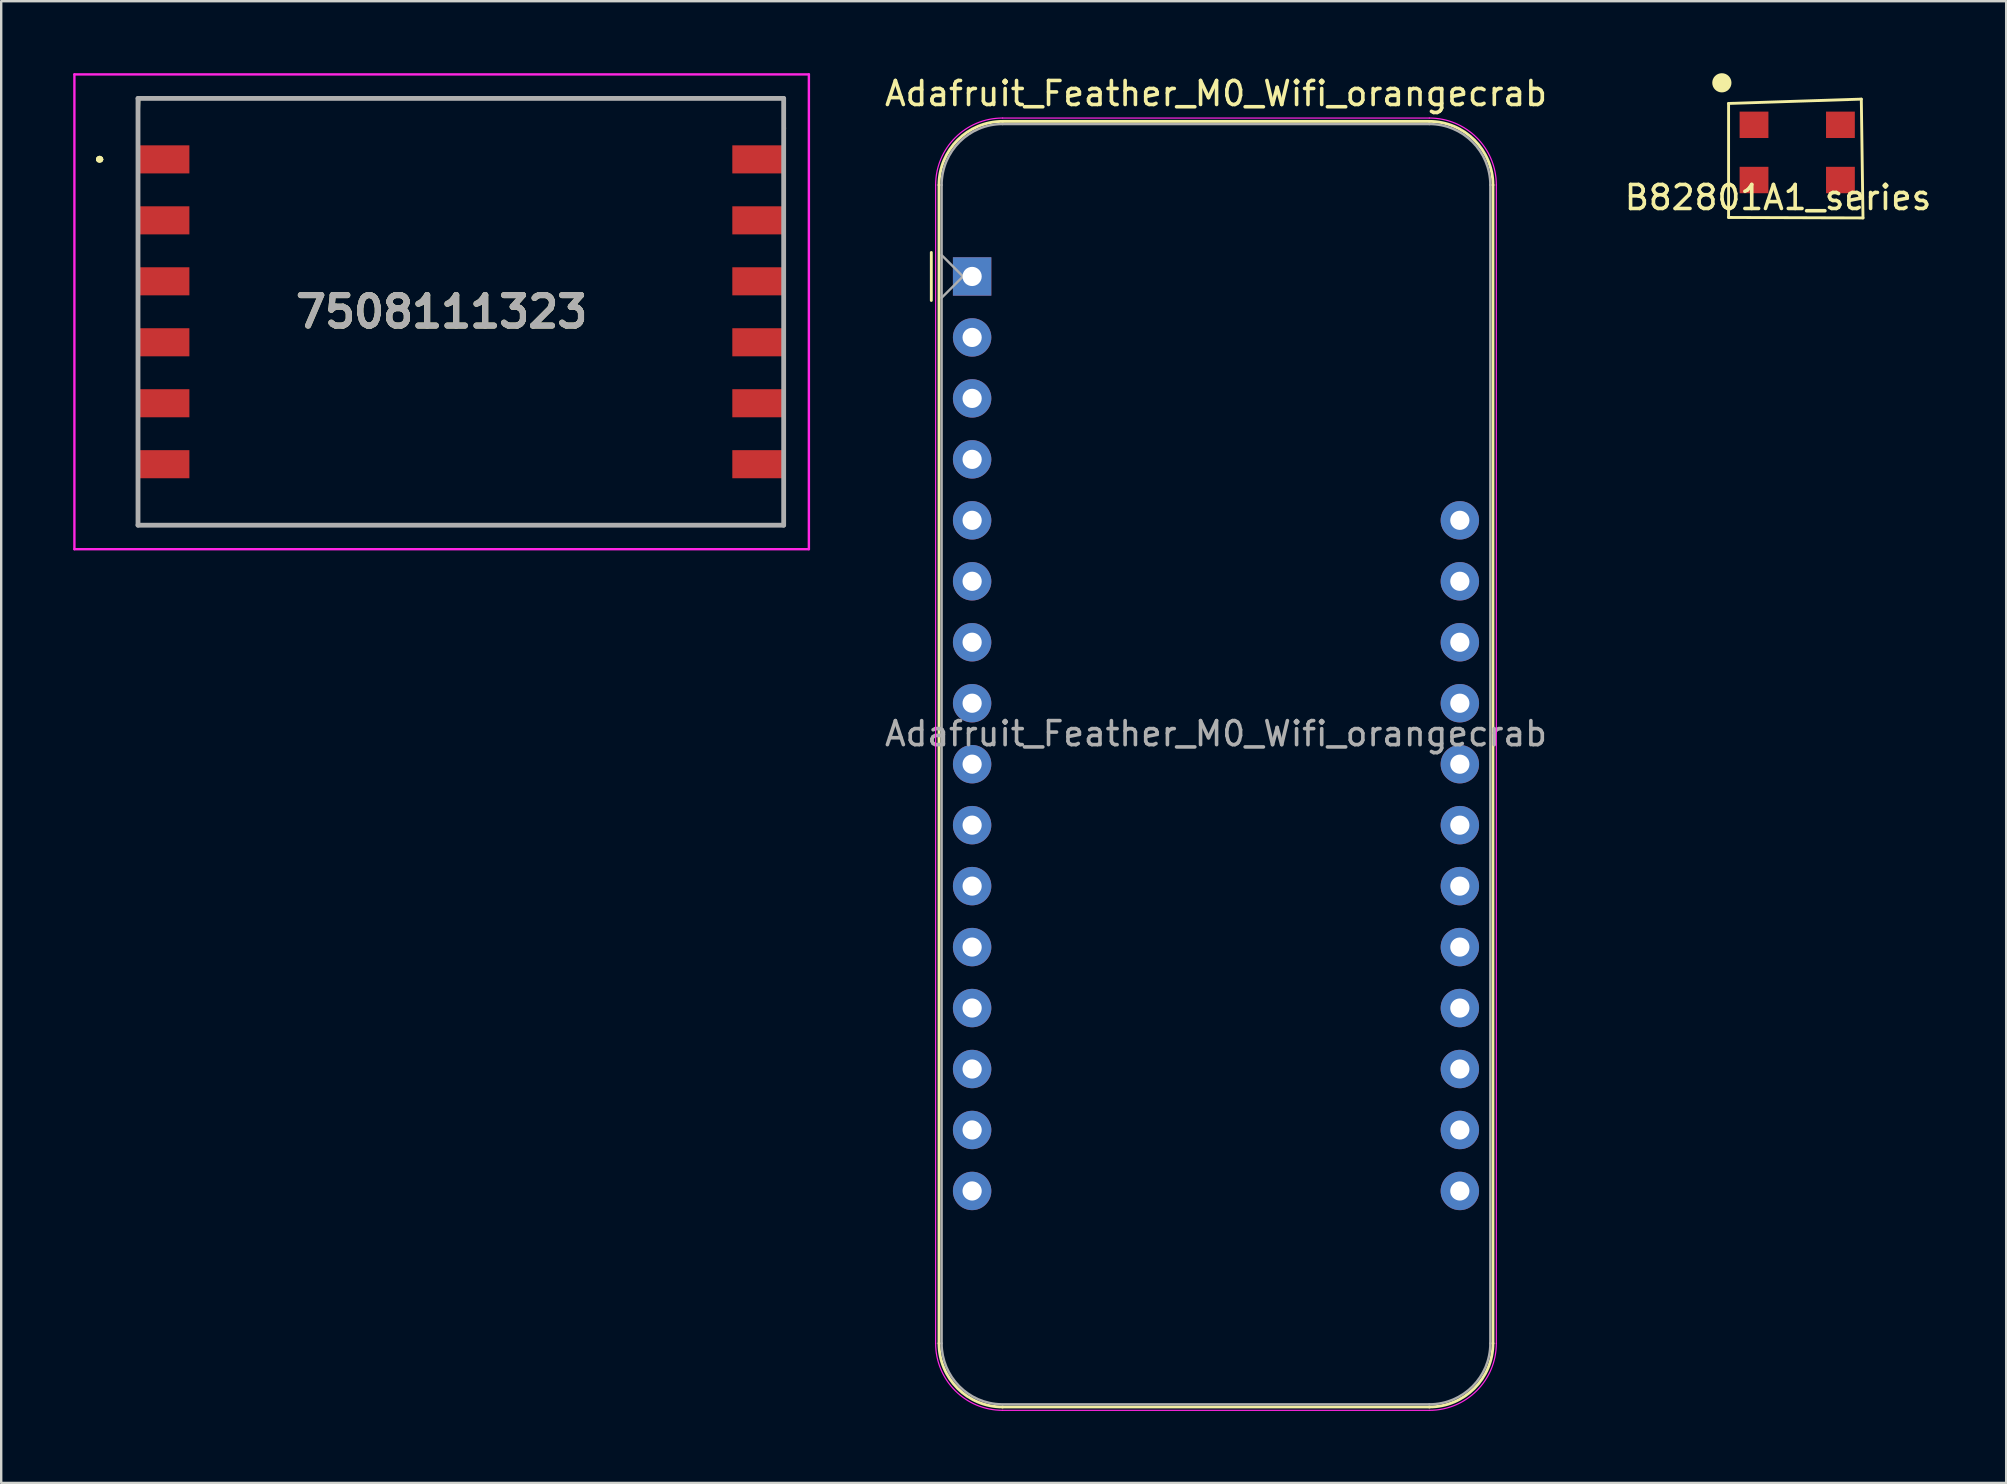
<source format=kicad_pcb>
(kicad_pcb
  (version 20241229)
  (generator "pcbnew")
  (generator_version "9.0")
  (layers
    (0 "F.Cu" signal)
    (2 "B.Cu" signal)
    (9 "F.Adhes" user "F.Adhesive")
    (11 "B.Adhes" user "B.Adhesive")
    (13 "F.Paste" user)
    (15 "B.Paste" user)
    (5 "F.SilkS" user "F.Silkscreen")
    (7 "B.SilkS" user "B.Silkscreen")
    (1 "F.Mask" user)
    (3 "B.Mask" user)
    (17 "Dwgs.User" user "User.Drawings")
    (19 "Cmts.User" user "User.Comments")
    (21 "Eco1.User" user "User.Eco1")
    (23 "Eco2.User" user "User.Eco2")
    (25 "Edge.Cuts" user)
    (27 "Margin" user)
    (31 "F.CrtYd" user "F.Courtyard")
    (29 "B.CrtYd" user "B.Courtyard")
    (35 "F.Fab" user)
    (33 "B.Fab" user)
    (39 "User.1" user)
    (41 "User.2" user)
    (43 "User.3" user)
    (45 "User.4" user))
  (footprint "B82801A1_series"
    (layer "F.Cu")
    (at 71.027 4.68)
    (property "Reference" "B82801A1_series" (at 0 0.5 0) (layer "F.SilkS") (effects (font (size 1 1) (thickness 0.15))))
    (attr through_hole)
    (fp_line (start -2.06 -3.42) (end -2.06 1.33) (stroke (width 0.12) (type solid)) (layer "F.SilkS"))
    (fp_line (start -2.06 1.33) (end 3.54 1.35) (stroke (width 0.12) (type solid)) (layer "F.SilkS"))
    (fp_line (start 3.47 -3.6) (end -2.06 -3.42) (stroke (width 0.12) (type solid)) (layer "F.SilkS"))
    (fp_line (start 3.54 1.35) (end 3.47 -3.6) (stroke (width 0.12) (type solid)) (layer "F.SilkS"))
    (fp_circle (center -2.34 -4.28) (end -2.14 -4.28) (stroke (width 0.4) (type solid)) (fill no) (layer "F.SilkS"))
    (pad "1" smd rect (at -1 -2.53) (size 1.2 1.1) (layers "F.Cu" "F.Mask" "F.Paste"))
    (pad "2" smd rect (at 2.6 -2.53) (size 1.2 1.1) (layers "F.Cu" "F.Mask" "F.Paste"))
    (pad "3" smd rect (at 2.6 -0.23) (size 1.2 1.1) (layers "F.Cu" "F.Mask" "F.Paste"))
    (pad "4" smd rect (at -1 -0.23) (size 1.2 1.1) (layers "F.Cu" "F.Mask" "F.Paste")))
  (footprint "7508111323"
    (layer "F.Cu")
    (at 16.15 9.94)
    (property "Reference" "7508111323" (at -0.8 0 0) (layer "F.SilkS") (effects (font (size 1.27 1.27) (thickness 0.254))))
    (attr smd)
    (fp_line (start -15.1 -6.35) (end -15.1 -6.35) (stroke (width 0.2) (type solid)) (layer "F.SilkS"))
    (fp_line (start -15 -6.35) (end -15 -6.35) (stroke (width 0.2) (type solid)) (layer "F.SilkS"))
    (fp_line (start -15 -6.35) (end -15 -6.35) (stroke (width 0.2) (type solid)) (layer "F.SilkS"))
    (fp_line (start -13.45 -7.62) (end -13.4 -8.89) (stroke (width 0.1) (type solid)) (layer "F.SilkS"))
    (fp_line (start -13.45 7.62) (end -13.45 8.89) (stroke (width 0.1) (type solid)) (layer "F.SilkS"))
    (fp_line (start -13.45 8.89) (end 13.45 8.89) (stroke (width 0.1) (type solid)) (layer "F.SilkS"))
    (fp_line (start -13.4 -8.89) (end 13.45 -8.89) (stroke (width 0.1) (type solid)) (layer "F.SilkS"))
    (fp_line (start 13.45 -8.89) (end 13.5 -7.62) (stroke (width 0.1) (type solid)) (layer "F.SilkS"))
    (fp_line (start 13.45 8.89) (end 13.45 7.62) (stroke (width 0.1) (type solid)) (layer "F.SilkS"))
    (fp_arc (start -15.1 -6.35) (mid -15.05 -6.4) (end -15 -6.35) (stroke (width 0.2) (type solid)) (layer "F.SilkS"))
    (fp_arc (start -15.1 -6.35) (mid -15.05 -6.4) (end -15 -6.35) (stroke (width 0.2) (type solid)) (layer "F.SilkS"))
    (fp_arc (start -15 -6.35) (mid -15.05 -6.3) (end -15.1 -6.35) (stroke (width 0.2) (type solid)) (layer "F.SilkS"))
    (fp_line (start -16.1 -9.89) (end 14.5 -9.89) (stroke (width 0.1) (type solid)) (layer "F.CrtYd"))
    (fp_line (start -16.1 9.89) (end -16.1 -9.89) (stroke (width 0.1) (type solid)) (layer "F.CrtYd"))
    (fp_line (start 14.5 -9.89) (end 14.5 9.89) (stroke (width 0.1) (type solid)) (layer "F.CrtYd"))
    (fp_line (start 14.5 9.89) (end -16.1 9.89) (stroke (width 0.1) (type solid)) (layer "F.CrtYd"))
    (fp_line (start -13.45 -8.89) (end 13.45 -8.89) (stroke (width 0.2) (type solid)) (layer "F.Fab"))
    (fp_line (start -13.45 8.89) (end -13.45 -8.89) (stroke (width 0.2) (type solid)) (layer "F.Fab"))
    (fp_line (start 13.45 -8.89) (end 13.45 8.89) (stroke (width 0.2) (type solid)) (layer "F.Fab"))
    (fp_line (start 13.45 8.89) (end -13.45 8.89) (stroke (width 0.2) (type solid)) (layer "F.Fab"))
    (fp_text user "${REFERENCE}" (at -0.8 0 0) (layer "F.Fab") (effects (font (size 1.27 1.27) (thickness 0.254))))
    (pad "1" smd rect (at -12.36 -6.35 90) (size 1.17 2.1) (layers "F.Cu" "F.Mask" "F.Paste"))
    (pad "2" smd rect (at -12.36 -3.81 90) (size 1.17 2.1) (layers "F.Cu" "F.Mask" "F.Paste"))
    (pad "3" smd rect (at -12.36 -1.27 90) (size 1.17 2.1) (layers "F.Cu" "F.Mask" "F.Paste"))
    (pad "4" smd rect (at -12.36 1.27 90) (size 1.17 2.1) (layers "F.Cu" "F.Mask" "F.Paste"))
    (pad "5" smd rect (at -12.36 3.81 90) (size 1.17 2.1) (layers "F.Cu" "F.Mask" "F.Paste"))
    (pad "6" smd rect (at -12.36 6.35 90) (size 1.17 2.1) (layers "F.Cu" "F.Mask" "F.Paste"))
    (pad "7" smd rect (at 12.36 6.35 90) (size 1.17 2.1) (layers "F.Cu" "F.Mask" "F.Paste"))
    (pad "8" smd rect (at 12.36 3.81 90) (size 1.17 2.1) (layers "F.Cu" "F.Mask" "F.Paste"))
    (pad "9" smd rect (at 12.36 1.27 90) (size 1.17 2.1) (layers "F.Cu" "F.Mask" "F.Paste"))
    (pad "10" smd rect (at 12.36 -1.27 90) (size 1.17 2.1) (layers "F.Cu" "F.Mask" "F.Paste"))
    (pad "11" smd rect (at 12.36 -3.81 90) (size 1.17 2.1) (layers "F.Cu" "F.Mask" "F.Paste"))
    (pad "12" smd rect (at 12.36 -6.35 90) (size 1.17 2.1) (layers "F.Cu" "F.Mask" "F.Paste")))
  (footprint "Adafruit_Feather_M0_Wifi_orangecrab"
    (layer "F.Cu")
    (at 37.451 8.468)
    (property "Reference" "Adafruit_Feather_M0_Wifi_orangecrab" (at 10.16 -7.62 0) (layer "F.SilkS") (effects (font (size 1 1) (thickness 0.15))))
    (attr through_hole)
    (fp_line (start -1.7 1) (end -1.7 -1) (stroke (width 0.12) (type solid)) (layer "F.SilkS"))
    (fp_line (start -1.38 -3.81) (end -1.38 44.45) (stroke (width 0.12) (type solid)) (layer "F.SilkS"))
    (fp_line (start 19.05 -6.46) (end 1.27 -6.46) (stroke (width 0.12) (type solid)) (layer "F.SilkS"))
    (fp_line (start 19.05 47.1) (end 1.27 47.1) (stroke (width 0.12) (type solid)) (layer "F.SilkS"))
    (fp_line (start 21.7 -3.81) (end 21.7 44.45) (stroke (width 0.12) (type solid)) (layer "F.SilkS"))
    (fp_arc (start -1.38 -3.81) (mid -0.603833 -5.683833) (end 1.27 -6.46) (stroke (width 0.12) (type solid)) (layer "F.SilkS"))
    (fp_arc (start 1.27 47.1) (mid -0.603833 46.323833) (end -1.38 44.45) (stroke (width 0.12) (type solid)) (layer "F.SilkS"))
    (fp_arc (start 19.05 -6.46) (mid 20.923833 -5.683833) (end 21.7 -3.81) (stroke (width 0.12) (type solid)) (layer "F.SilkS"))
    (fp_arc (start 21.7 44.45) (mid 20.923833 46.323833) (end 19.05 47.1) (stroke (width 0.12) (type solid)) (layer "F.SilkS"))
    (fp_line (start -1.52 44.45) (end -1.52 -3.81) (stroke (width 0.05) (type solid)) (layer "F.CrtYd"))
    (fp_line (start 19.05 -6.6) (end 1.27 -6.6) (stroke (width 0.05) (type solid)) (layer "F.CrtYd"))
    (fp_line (start 19.05 47.24) (end 1.27 47.24) (stroke (width 0.05) (type solid)) (layer "F.CrtYd"))
    (fp_line (start 21.84 44.45) (end 21.84 -3.81) (stroke (width 0.05) (type solid)) (layer "F.CrtYd"))
    (fp_arc (start -1.52 -3.81) (mid -0.702828 -5.782828) (end 1.27 -6.6) (stroke (width 0.05) (type solid)) (layer "F.CrtYd"))
    (fp_arc (start 1.27 47.24) (mid -0.702828 46.422828) (end -1.52 44.45) (stroke (width 0.05) (type solid)) (layer "F.CrtYd"))
    (fp_arc (start 19.05 -6.6) (mid 21.022828 -5.782828) (end 21.84 -3.81) (stroke (width 0.05) (type solid)) (layer "F.CrtYd"))
    (fp_arc (start 21.84 44.45) (mid 21.022828 46.422828) (end 19.05 47.24) (stroke (width 0.05) (type solid)) (layer "F.CrtYd"))
    (fp_line (start -1.27 -3.81) (end -1.27 44.45) (stroke (width 0.1) (type solid)) (layer "F.Fab"))
    (fp_line (start -1.27 -0.889) (end -0.381 0) (stroke (width 0.1) (type solid)) (layer "F.Fab"))
    (fp_line (start -0.381 0) (end -1.27 0.889) (stroke (width 0.1) (type solid)) (layer "F.Fab"))
    (fp_line (start 1.27 46.99) (end 19.05 46.99) (stroke (width 0.1) (type solid)) (layer "F.Fab"))
    (fp_line (start 19.05 -6.35) (end 1.27 -6.35) (stroke (width 0.1) (type solid)) (layer "F.Fab"))
    (fp_line (start 21.59 44.45) (end 21.59 -3.81) (stroke (width 0.1) (type solid)) (layer "F.Fab"))
    (fp_arc (start -1.27 -3.81) (mid -0.526051 -5.606051) (end 1.27 -6.35) (stroke (width 0.1) (type solid)) (layer "F.Fab"))
    (fp_arc (start 1.221238 46.989532) (mid -0.543209 46.228728) (end -1.27 44.45) (stroke (width 0.1) (type solid)) (layer "F.Fab"))
    (fp_arc (start 19.05 -6.35) (mid 20.846051 -5.606051) (end 21.59 -3.81) (stroke (width 0.1) (type solid)) (layer "F.Fab"))
    (fp_arc (start 21.59 44.45) (mid 20.846051 46.246051) (end 19.05 46.99) (stroke (width 0.1) (type solid)) (layer "F.Fab"))
    (fp_text user "${REFERENCE}" (at 10.16 19.05 180) (layer "F.Fab") (effects (font (size 1 1) (thickness 0.15))))
    (pad "1" thru_hole rect (at 0 0 180) (size 1.6 1.6) (drill 0.8) (layers "*.Cu" "*.Mask"))
    (pad "2" thru_hole circle (at 0 2.54 180) (size 1.6 1.6) (drill 0.8) (layers "*.Cu" "*.Mask"))
    (pad "3" thru_hole circle (at 0 5.08 180) (size 1.6 1.6) (drill 0.8) (layers "*.Cu" "*.Mask"))
    (pad "4" thru_hole circle (at 0 7.62 180) (size 1.6 1.6) (drill 0.8) (layers "*.Cu" "*.Mask"))
    (pad "5" thru_hole circle (at 0 10.16 180) (size 1.6 1.6) (drill 0.8) (layers "*.Cu" "*.Mask"))
    (pad "6" thru_hole circle (at 0 12.7 180) (size 1.6 1.6) (drill 0.8) (layers "*.Cu" "*.Mask"))
    (pad "7" thru_hole circle (at 0 15.24 180) (size 1.6 1.6) (drill 0.8) (layers "*.Cu" "*.Mask"))
    (pad "8" thru_hole circle (at 0 17.78 180) (size 1.6 1.6) (drill 0.8) (layers "*.Cu" "*.Mask"))
    (pad "9" thru_hole circle (at 0 20.32 180) (size 1.6 1.6) (drill 0.8) (layers "*.Cu" "*.Mask"))
    (pad "10" thru_hole circle (at 0 22.86 180) (size 1.6 1.6) (drill 0.8) (layers "*.Cu" "*.Mask"))
    (pad "11" thru_hole circle (at 0 25.4 180) (size 1.6 1.6) (drill 0.8) (layers "*.Cu" "*.Mask"))
    (pad "12" thru_hole circle (at 0 27.94 180) (size 1.6 1.6) (drill 0.8) (layers "*.Cu" "*.Mask"))
    (pad "13" thru_hole circle (at 0 30.48 180) (size 1.6 1.6) (drill 0.8) (layers "*.Cu" "*.Mask"))
    (pad "14" thru_hole circle (at 0 33.02 180) (size 1.6 1.6) (drill 0.8) (layers "*.Cu" "*.Mask"))
    (pad "15" thru_hole circle (at 0 35.56 180) (size 1.6 1.6) (drill 0.8) (layers "*.Cu" "*.Mask"))
    (pad "16" thru_hole circle (at 0 38.1 180) (size 1.6 1.6) (drill 0.8) (layers "*.Cu" "*.Mask"))
    (pad "17" thru_hole circle (at 20.32 38.1 180) (size 1.6 1.6) (drill 0.8) (layers "*.Cu" "*.Mask"))
    (pad "18" thru_hole circle (at 20.32 35.56 180) (size 1.6 1.6) (drill 0.8) (layers "*.Cu" "*.Mask"))
    (pad "19" thru_hole circle (at 20.32 33.02 180) (size 1.6 1.6) (drill 0.8) (layers "*.Cu" "*.Mask"))
    (pad "20" thru_hole circle (at 20.32 30.48 180) (size 1.6 1.6) (drill 0.8) (layers "*.Cu" "*.Mask"))
    (pad "21" thru_hole circle (at 20.32 27.94 180) (size 1.6 1.6) (drill 0.8) (layers "*.Cu" "*.Mask"))
    (pad "22" thru_hole circle (at 20.32 25.4 180) (size 1.6 1.6) (drill 0.8) (layers "*.Cu" "*.Mask"))
    (pad "23" thru_hole circle (at 20.32 22.86 180) (size 1.6 1.6) (drill 0.8) (layers "*.Cu" "*.Mask"))
    (pad "24" thru_hole circle (at 20.32 20.32 180) (size 1.6 1.6) (drill 0.8) (layers "*.Cu" "*.Mask"))
    (pad "25" thru_hole circle (at 20.32 17.78 180) (size 1.6 1.6) (drill 0.8) (layers "*.Cu" "*.Mask"))
    (pad "26" thru_hole circle (at 20.32 15.24 180) (size 1.6 1.6) (drill 0.8) (layers "*.Cu" "*.Mask"))
    (pad "27" thru_hole circle (at 20.32 12.7 180) (size 1.6 1.6) (drill 0.8) (layers "*.Cu" "*.Mask"))
    (pad "28" thru_hole circle (at 20.32 10.16 180) (size 1.6 1.6) (drill 0.8) (layers "*.Cu" "*.Mask")))
  (gr_rect
    (start -3 -3)
    (end 80.533 58.733)
    (stroke (width 0.1) (type default))
    (fill no)
    (layer "Edge.Cuts")))
</source>
